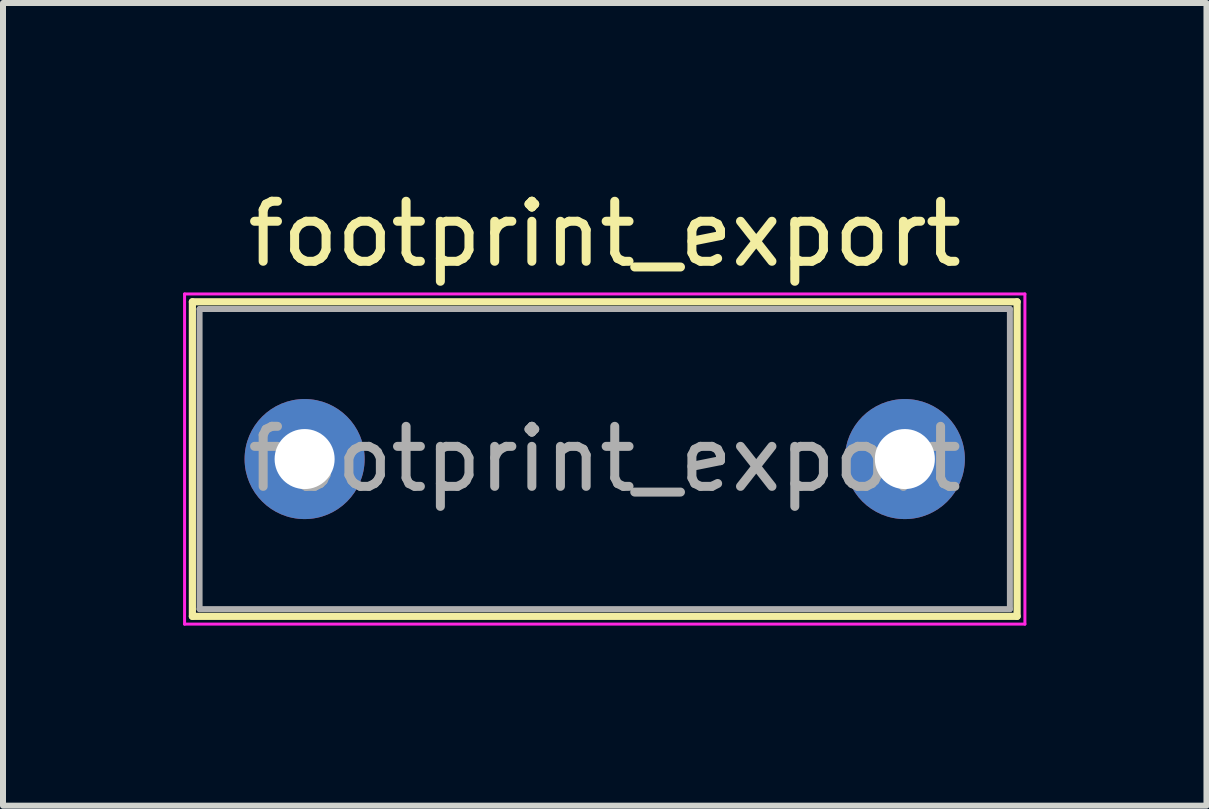
<source format=kicad_pcb>
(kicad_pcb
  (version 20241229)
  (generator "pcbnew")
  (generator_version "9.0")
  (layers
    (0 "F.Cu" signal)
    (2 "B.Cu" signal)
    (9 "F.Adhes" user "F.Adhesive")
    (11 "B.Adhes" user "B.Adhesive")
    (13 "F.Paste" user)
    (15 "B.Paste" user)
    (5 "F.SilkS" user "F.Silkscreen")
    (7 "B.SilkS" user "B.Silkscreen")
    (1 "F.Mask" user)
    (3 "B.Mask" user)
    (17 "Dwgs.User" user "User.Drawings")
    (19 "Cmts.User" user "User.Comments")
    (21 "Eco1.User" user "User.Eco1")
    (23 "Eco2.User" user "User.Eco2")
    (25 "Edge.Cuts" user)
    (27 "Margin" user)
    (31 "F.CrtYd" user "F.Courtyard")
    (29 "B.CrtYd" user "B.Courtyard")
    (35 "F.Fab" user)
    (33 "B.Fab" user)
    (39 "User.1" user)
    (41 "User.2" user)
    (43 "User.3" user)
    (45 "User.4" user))
  (footprint "footprint_export"
    (layer "F.Cu")
    (at 2.025 4.598)
    (property "Reference" "footprint_export" (at 5 -3.75 0) (layer "F.SilkS") (effects (font (size 1 1) (thickness 0.15))))
    (attr through_hole)
    (fp_line (start -1.87 -2.62) (end -1.87 2.62) (stroke (width 0.12) (type solid)) (layer "F.SilkS"))
    (fp_line (start -1.87 -2.62) (end 11.87 -2.62) (stroke (width 0.12) (type solid)) (layer "F.SilkS"))
    (fp_line (start -1.87 2.62) (end 11.87 2.62) (stroke (width 0.12) (type solid)) (layer "F.SilkS"))
    (fp_line (start 11.87 -2.62) (end 11.87 2.62) (stroke (width 0.12) (type solid)) (layer "F.SilkS"))
    (fp_line (start -2 -2.75) (end -2 2.75) (stroke (width 0.05) (type solid)) (layer "F.CrtYd"))
    (fp_line (start -2 2.75) (end 12 2.75) (stroke (width 0.05) (type solid)) (layer "F.CrtYd"))
    (fp_line (start 12 -2.75) (end -2 -2.75) (stroke (width 0.05) (type solid)) (layer "F.CrtYd"))
    (fp_line (start 12 2.75) (end 12 -2.75) (stroke (width 0.05) (type solid)) (layer "F.CrtYd"))
    (fp_line (start -1.75 -2.5) (end -1.75 2.5) (stroke (width 0.1) (type solid)) (layer "F.Fab"))
    (fp_line (start -1.75 2.5) (end 11.75 2.5) (stroke (width 0.1) (type solid)) (layer "F.Fab"))
    (fp_line (start 11.75 -2.5) (end -1.75 -2.5) (stroke (width 0.1) (type solid)) (layer "F.Fab"))
    (fp_line (start 11.75 2.5) (end 11.75 -2.5) (stroke (width 0.1) (type solid)) (layer "F.Fab"))
    (fp_text user "${REFERENCE}" (at 5 0 0) (layer "F.Fab") (effects (font (size 1 1) (thickness 0.15))))
    (pad "1" thru_hole circle (at 0 0) (size 2 2) (drill 1) (layers "*.Cu" "*.Mask"))
    (pad "2" thru_hole circle (at 10 0) (size 2 2) (drill 1) (layers "*.Cu" "*.Mask")))
  (gr_rect
    (start -3 -3)
    (end 17.05 10.373)
    (stroke (width 0.1) (type default))
    (fill no)
    (layer "Edge.Cuts")))
</source>
